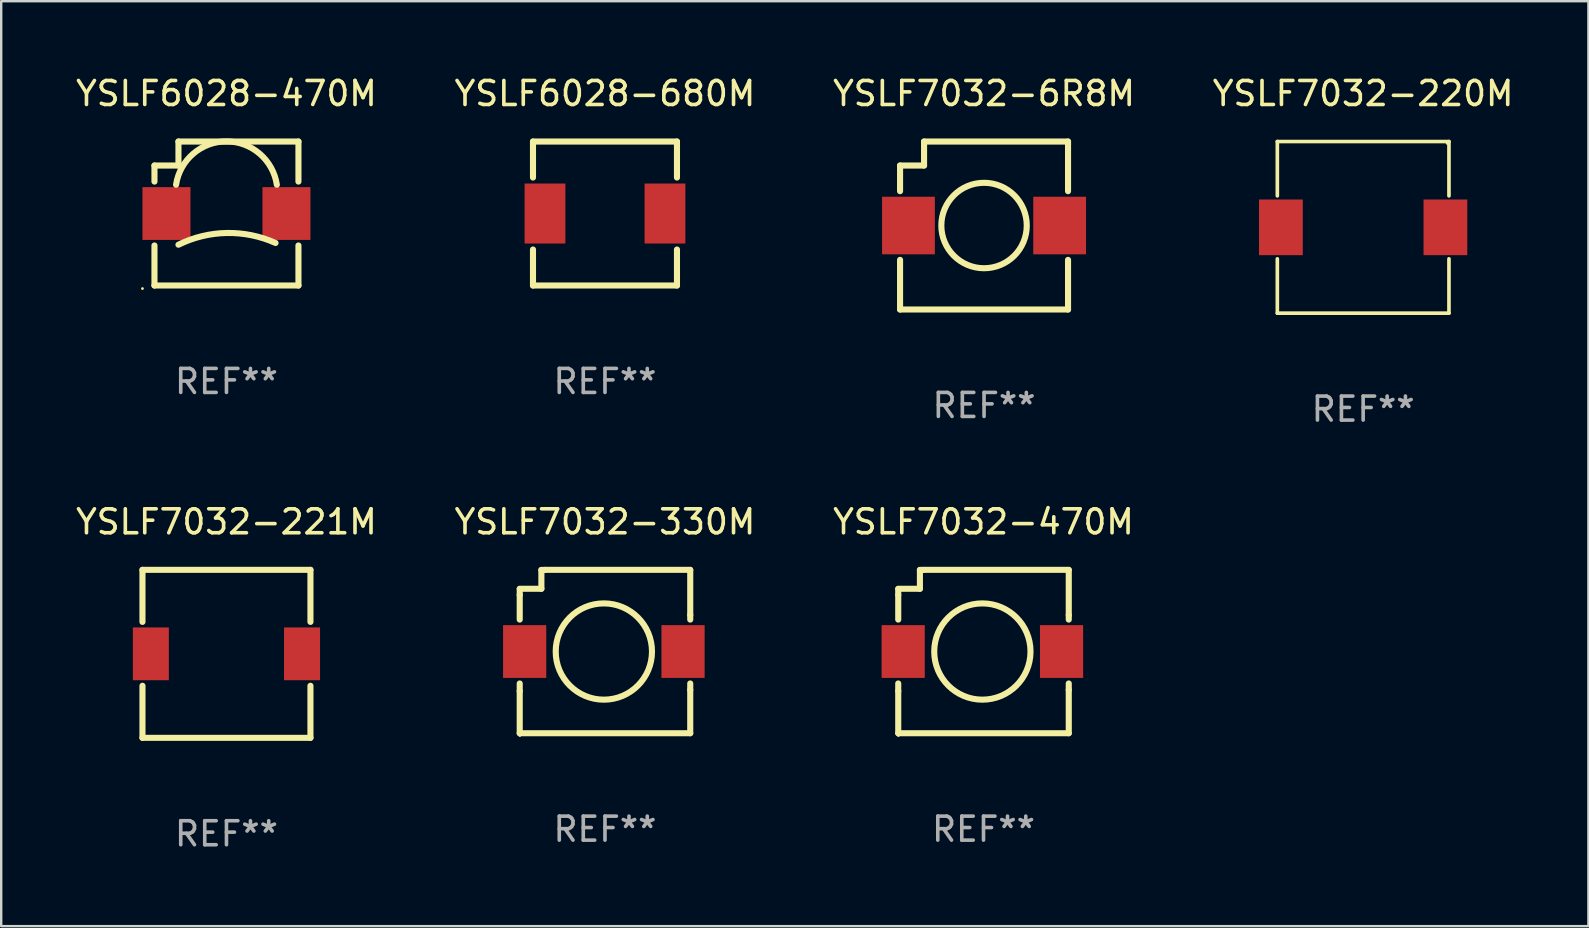
<source format=kicad_pcb>
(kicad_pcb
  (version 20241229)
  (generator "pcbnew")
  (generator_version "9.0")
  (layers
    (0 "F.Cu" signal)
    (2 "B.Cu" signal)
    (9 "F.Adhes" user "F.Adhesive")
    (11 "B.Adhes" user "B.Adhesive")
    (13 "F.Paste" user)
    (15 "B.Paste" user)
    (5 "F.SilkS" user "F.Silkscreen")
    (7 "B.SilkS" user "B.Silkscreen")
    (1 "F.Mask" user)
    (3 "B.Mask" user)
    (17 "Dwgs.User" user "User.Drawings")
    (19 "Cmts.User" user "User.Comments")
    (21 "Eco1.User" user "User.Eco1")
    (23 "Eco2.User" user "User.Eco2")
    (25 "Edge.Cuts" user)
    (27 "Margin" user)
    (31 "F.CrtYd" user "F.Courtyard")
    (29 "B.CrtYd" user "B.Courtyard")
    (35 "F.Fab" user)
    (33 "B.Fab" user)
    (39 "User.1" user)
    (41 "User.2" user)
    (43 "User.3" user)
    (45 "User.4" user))
  (footprint "YSLF7032-6R8M"
    (layer "F.Cu")
    (at 37.958 6.348)
    (property "Reference" "YSLF7032-6R8M" (at 0 -5.5 0) (layer "F.SilkS") (effects (font (size 1 1) (thickness 0.15))))
    (attr through_hole)
    (fp_line (start -3.5 -2.5) (end -3.5 -1.431) (stroke (width 0.254) (type solid)) (layer "F.SilkS"))
    (fp_line (start -3.5 1.431) (end -3.5 3.5) (stroke (width 0.254) (type solid)) (layer "F.SilkS"))
    (fp_line (start -3.5 3.5) (end 3.5 3.5) (stroke (width 0.254) (type solid)) (layer "F.SilkS"))
    (fp_line (start -2.5 -3.5) (end -2.5 -2.5) (stroke (width 0.254) (type solid)) (layer "F.SilkS"))
    (fp_line (start -2.5 -2.5) (end -3.5 -2.5) (stroke (width 0.254) (type solid)) (layer "F.SilkS"))
    (fp_line (start 3.5 -3.5) (end -2.5 -3.5) (stroke (width 0.254) (type solid)) (layer "F.SilkS"))
    (fp_line (start 3.5 -1.431) (end 3.5 -3.5) (stroke (width 0.254) (type solid)) (layer "F.SilkS"))
    (fp_line (start 3.5 3.5) (end 3.5 1.431) (stroke (width 0.254) (type solid)) (layer "F.SilkS"))
    (fp_circle (center -3.5 3.5) (end -3.47 3.5) (stroke (width 0.06) (type solid)) (fill no) (layer "F.SilkS"))
    (fp_circle (center -0.000127 0) (end 1.78 0) (stroke (width 0.254) (type solid)) (fill no) (layer "F.SilkS"))
    (fp_text user "REF**" (at 0 7.5 0) (layer "F.Fab") (effects (font (size 1 1) (thickness 0.15))))
    (pad "1" smd rect (at -3.15 0) (size 2.2 2.4) (layers "F.Cu" "F.Mask" "F.Paste"))
    (pad "2" smd rect (at 3.15 0) (size 2.2 2.4) (layers "F.Cu" "F.Mask" "F.Paste")))
  (footprint "YSLF7032-470M"
    (layer "F.Cu")
    (at 37.935 24.101)
    (property "Reference" "YSLF7032-470M" (at 0 -5.404 0) (layer "F.SilkS") (effects (font (size 1 1) (thickness 0.15))))
    (attr through_hole)
    (fp_line (start -3.553 -2.362) (end -3.553 -2.6) (stroke (width 0.254) (type solid)) (layer "F.SilkS"))
    (fp_line (start -3.553 -2.362) (end -3.553 -1.331) (stroke (width 0.254) (type solid)) (layer "F.SilkS"))
    (fp_line (start -3.553 1.331) (end -3.553 1.651) (stroke (width 0.254) (type solid)) (layer "F.SilkS"))
    (fp_line (start -3.553 3.404) (end -3.553 1.651) (stroke (width 0.254) (type solid)) (layer "F.SilkS"))
    (fp_line (start -2.65 -3.4) (end -2.511 -3.4) (stroke (width 0.254) (type solid)) (layer "F.SilkS"))
    (fp_line (start -2.65 -2.616) (end -3.553 -2.616) (stroke (width 0.254) (type solid)) (layer "F.SilkS"))
    (fp_line (start -2.65 -2.616) (end -2.65 -3.4) (stroke (width 0.254) (type solid)) (layer "F.SilkS"))
    (fp_line (start -2.511 -3.404) (end 3.553 -3.404) (stroke (width 0.254) (type solid)) (layer "F.SilkS"))
    (fp_line (start 3.553 -3.4) (end 3.553 -1.524) (stroke (width 0.254) (type solid)) (layer "F.SilkS"))
    (fp_line (start 3.553 -1.331) (end 3.553 -1.524) (stroke (width 0.254) (type solid)) (layer "F.SilkS"))
    (fp_line (start 3.553 1.6) (end 3.553 1.331) (stroke (width 0.254) (type solid)) (layer "F.SilkS"))
    (fp_line (start 3.553 1.6) (end 3.553 3.404) (stroke (width 0.254) (type solid)) (layer "F.SilkS"))
    (fp_line (start 3.553 3.404) (end -3.553 3.404) (stroke (width 0.254) (type solid)) (layer "F.SilkS"))
    (fp_circle (center -3.547 3.5) (end -3.517 3.5) (stroke (width 0.06) (type solid)) (fill no) (layer "F.SilkS"))
    (fp_circle (center -0.047 0) (end 1.959 0) (stroke (width 0.254) (type solid)) (fill no) (layer "F.SilkS"))
    (fp_text user "REF**" (at 0 7.404 0) (layer "F.Fab") (effects (font (size 1 1) (thickness 0.15))))
    (pad "1" smd rect (at -3.347 0) (size 1.8 2.2) (layers "F.Cu" "F.Mask" "F.Paste"))
    (pad "2" smd rect (at 3.253 0) (size 1.8 2.2) (layers "F.Cu" "F.Mask" "F.Paste")))
  (footprint "YSLF6028-470M"
    (layer "F.Cu")
    (at 6.387 5.848)
    (property "Reference" "YSLF6028-470M" (at 0 -5 0) (layer "F.SilkS") (effects (font (size 1 1) (thickness 0.15))))
    (attr through_hole)
    (fp_line (start -3 -2) (end -3 -1.331) (stroke (width 0.254) (type solid)) (layer "F.SilkS"))
    (fp_line (start -3 -2) (end -2 -2) (stroke (width 0.254) (type solid)) (layer "F.SilkS"))
    (fp_line (start -3 1.331) (end -3 3) (stroke (width 0.254) (type solid)) (layer "F.SilkS"))
    (fp_line (start -3 3) (end 3 3) (stroke (width 0.254) (type solid)) (layer "F.SilkS"))
    (fp_line (start -2 -3) (end 3 -3) (stroke (width 0.254) (type solid)) (layer "F.SilkS"))
    (fp_line (start -2 -2) (end -2 -3) (stroke (width 0.254) (type solid)) (layer "F.SilkS"))
    (fp_line (start 3 -1.331) (end 3 -3) (stroke (width 0.254) (type solid)) (layer "F.SilkS"))
    (fp_line (start 3 3) (end 3 1.331) (stroke (width 0.254) (type solid)) (layer "F.SilkS"))
    (fp_arc (start -2.100013 -1.2) (mid -0.000013 -3.005372) (end 2.099987 -1.2) (stroke (width 0.254001) (type solid)) (layer "F.SilkS"))
    (fp_arc (start -2.000013 1.3) (mid 0.01457 0.811114) (end 2.045428 1.227254) (stroke (width 0.254001) (type solid)) (layer "F.SilkS"))
    (fp_circle (center -3.5 3.127) (end -3.47 3.127) (stroke (width 0.06) (type solid)) (fill no) (layer "F.SilkS"))
    (fp_text user "REF**" (at 0 7 0) (layer "F.Fab") (effects (font (size 1 1) (thickness 0.15))))
    (pad "1" smd rect (at -2.5 0) (size 2 2.2) (layers "F.Cu" "F.Mask" "F.Paste"))
    (pad "2" smd rect (at 2.5 0) (size 2 2.2) (layers "F.Cu" "F.Mask" "F.Paste")))
  (footprint "YSLF7032-330M"
    (layer "F.Cu")
    (at 22.161 24.101)
    (property "Reference" "YSLF7032-330M" (at 0 -5.404 0) (layer "F.SilkS") (effects (font (size 1 1) (thickness 0.15))))
    (attr through_hole)
    (fp_line (start -3.553 -2.362) (end -3.553 -2.6) (stroke (width 0.254) (type solid)) (layer "F.SilkS"))
    (fp_line (start -3.553 -2.362) (end -3.553 -1.331) (stroke (width 0.254) (type solid)) (layer "F.SilkS"))
    (fp_line (start -3.553 1.331) (end -3.553 1.651) (stroke (width 0.254) (type solid)) (layer "F.SilkS"))
    (fp_line (start -3.553 3.404) (end -3.553 1.651) (stroke (width 0.254) (type solid)) (layer "F.SilkS"))
    (fp_line (start -2.65 -3.4) (end -2.511 -3.4) (stroke (width 0.254) (type solid)) (layer "F.SilkS"))
    (fp_line (start -2.65 -2.616) (end -3.553 -2.616) (stroke (width 0.254) (type solid)) (layer "F.SilkS"))
    (fp_line (start -2.65 -2.616) (end -2.65 -3.4) (stroke (width 0.254) (type solid)) (layer "F.SilkS"))
    (fp_line (start -2.511 -3.404) (end 3.553 -3.404) (stroke (width 0.254) (type solid)) (layer "F.SilkS"))
    (fp_line (start 3.553 -3.4) (end 3.553 -1.524) (stroke (width 0.254) (type solid)) (layer "F.SilkS"))
    (fp_line (start 3.553 -1.331) (end 3.553 -1.524) (stroke (width 0.254) (type solid)) (layer "F.SilkS"))
    (fp_line (start 3.553 1.6) (end 3.553 1.331) (stroke (width 0.254) (type solid)) (layer "F.SilkS"))
    (fp_line (start 3.553 1.6) (end 3.553 3.404) (stroke (width 0.254) (type solid)) (layer "F.SilkS"))
    (fp_line (start 3.553 3.404) (end -3.553 3.404) (stroke (width 0.254) (type solid)) (layer "F.SilkS"))
    (fp_circle (center -3.547 3.5) (end -3.517 3.5) (stroke (width 0.06) (type solid)) (fill no) (layer "F.SilkS"))
    (fp_circle (center -0.047 0) (end 1.959 0) (stroke (width 0.254) (type solid)) (fill no) (layer "F.SilkS"))
    (fp_text user "REF**" (at 0 7.404 0) (layer "F.Fab") (effects (font (size 1 1) (thickness 0.15))))
    (pad "1" smd rect (at -3.347 0) (size 1.8 2.2) (layers "F.Cu" "F.Mask" "F.Paste"))
    (pad "2" smd rect (at 3.253 0) (size 1.8 2.2) (layers "F.Cu" "F.Mask" "F.Paste")))
  (footprint "YSLF7032-220M"
    (layer "F.Cu")
    (at 53.756 6.424)
    (property "Reference" "YSLF7032-220M" (at 0 -5.576 0) (layer "F.SilkS") (effects (font (size 1 1) (thickness 0.15))))
    (attr through_hole)
    (fp_line (start -3.576 -3.576) (end 3.576 -3.576) (stroke (width 0.152) (type solid)) (layer "F.SilkS"))
    (fp_line (start -3.576 -1.312) (end -3.576 -3.576) (stroke (width 0.152) (type solid)) (layer "F.SilkS"))
    (fp_line (start -3.576 1.312) (end -3.576 3.576) (stroke (width 0.152) (type solid)) (layer "F.SilkS"))
    (fp_line (start -3.576 3.576) (end 3.576 3.576) (stroke (width 0.152) (type solid)) (layer "F.SilkS"))
    (fp_line (start 3.576 -3.576) (end 3.576 -1.312) (stroke (width 0.152) (type solid)) (layer "F.SilkS"))
    (fp_line (start 3.576 3.576) (end 3.576 1.312) (stroke (width 0.152) (type solid)) (layer "F.SilkS"))
    (fp_circle (center 3.5 -3.5) (end 3.53 -3.5) (stroke (width 0.06) (type solid)) (fill no) (layer "F.SilkS"))
    (fp_text user "REF**" (at 0 7.576 0) (layer "F.Fab") (effects (font (size 1 1) (thickness 0.15))))
    (pad "1" smd rect (at 3.428 0) (size 1.824 2.32) (layers "F.Cu" "F.Mask" "F.Paste"))
    (pad "2" smd rect (at -3.428 0) (size 1.824 2.32) (layers "F.Cu" "F.Mask" "F.Paste")))
  (footprint "YSLF6028-680M"
    (layer "F.Cu")
    (at 22.161 5.848)
    (property "Reference" "YSLF6028-680M" (at 0 -5 0) (layer "F.SilkS") (effects (font (size 1 1) (thickness 0.15))))
    (attr through_hole)
    (fp_line (start -3 -3) (end 3 -3) (stroke (width 0.254) (type solid)) (layer "F.SilkS"))
    (fp_line (start -3 -1.5) (end -3 -3) (stroke (width 0.254) (type solid)) (layer "F.SilkS"))
    (fp_line (start -3 1.5) (end -3 3) (stroke (width 0.254) (type solid)) (layer "F.SilkS"))
    (fp_line (start -3 3) (end 3 3) (stroke (width 0.254) (type solid)) (layer "F.SilkS"))
    (fp_line (start 3 -3) (end 3 -1.5) (stroke (width 0.254) (type solid)) (layer "F.SilkS"))
    (fp_line (start 3 3) (end 3 1.5) (stroke (width 0.254) (type solid)) (layer "F.SilkS"))
    (fp_circle (center -3 3) (end -2.97 3) (stroke (width 0.06) (type solid)) (fill no) (layer "F.SilkS"))
    (fp_text user "REF**" (at 0 7 0) (layer "F.Fab") (effects (font (size 1 1) (thickness 0.15))))
    (pad "1" smd rect (at -2.5 0 270) (size 2.5 1.7) (layers "F.Cu" "F.Mask" "F.Paste"))
    (pad "2" smd rect (at 2.5 0 270) (size 2.5 1.7) (layers "F.Cu" "F.Mask" "F.Paste")))
  (footprint "YSLF7032-221M"
    (layer "F.Cu")
    (at 6.387 24.197)
    (property "Reference" "YSLF7032-221M" (at 0 -5.5 0) (layer "F.SilkS") (effects (font (size 1 1) (thickness 0.15))))
    (attr through_hole)
    (fp_line (start -3.5 -3.5) (end -3.5 -1.331) (stroke (width 0.254) (type solid)) (layer "F.SilkS"))
    (fp_line (start -3.5 -3.5) (end 3.5 -3.5) (stroke (width 0.254) (type solid)) (layer "F.SilkS"))
    (fp_line (start -3.5 1.331) (end -3.5 3.5) (stroke (width 0.254) (type solid)) (layer "F.SilkS"))
    (fp_line (start -3.5 3.5) (end 3.5 3.5) (stroke (width 0.254) (type solid)) (layer "F.SilkS"))
    (fp_line (start 3.5 -1.331) (end 3.5 -3.5) (stroke (width 0.254) (type solid)) (layer "F.SilkS"))
    (fp_line (start 3.5 3.5) (end 3.5 1.331) (stroke (width 0.254) (type solid)) (layer "F.SilkS"))
    (fp_circle (center -3.5 3.5) (end -3.47 3.5) (stroke (width 0.06) (type solid)) (fill no) (layer "F.SilkS"))
    (fp_text user "REF**" (at 0 7.5 0) (layer "F.Fab") (effects (font (size 1 1) (thickness 0.15))))
    (pad "1" smd rect (at -3.15 0 270) (size 2.2 1.5) (layers "F.Cu" "F.Mask" "F.Paste"))
    (pad "2" smd rect (at 3.15 0 270) (size 2.2 1.5) (layers "F.Cu" "F.Mask" "F.Paste")))
  (gr_rect
    (start -3 -3)
    (end 63.143 35.545)
    (stroke (width 0.1) (type default))
    (fill no)
    (layer "Edge.Cuts")))
</source>
